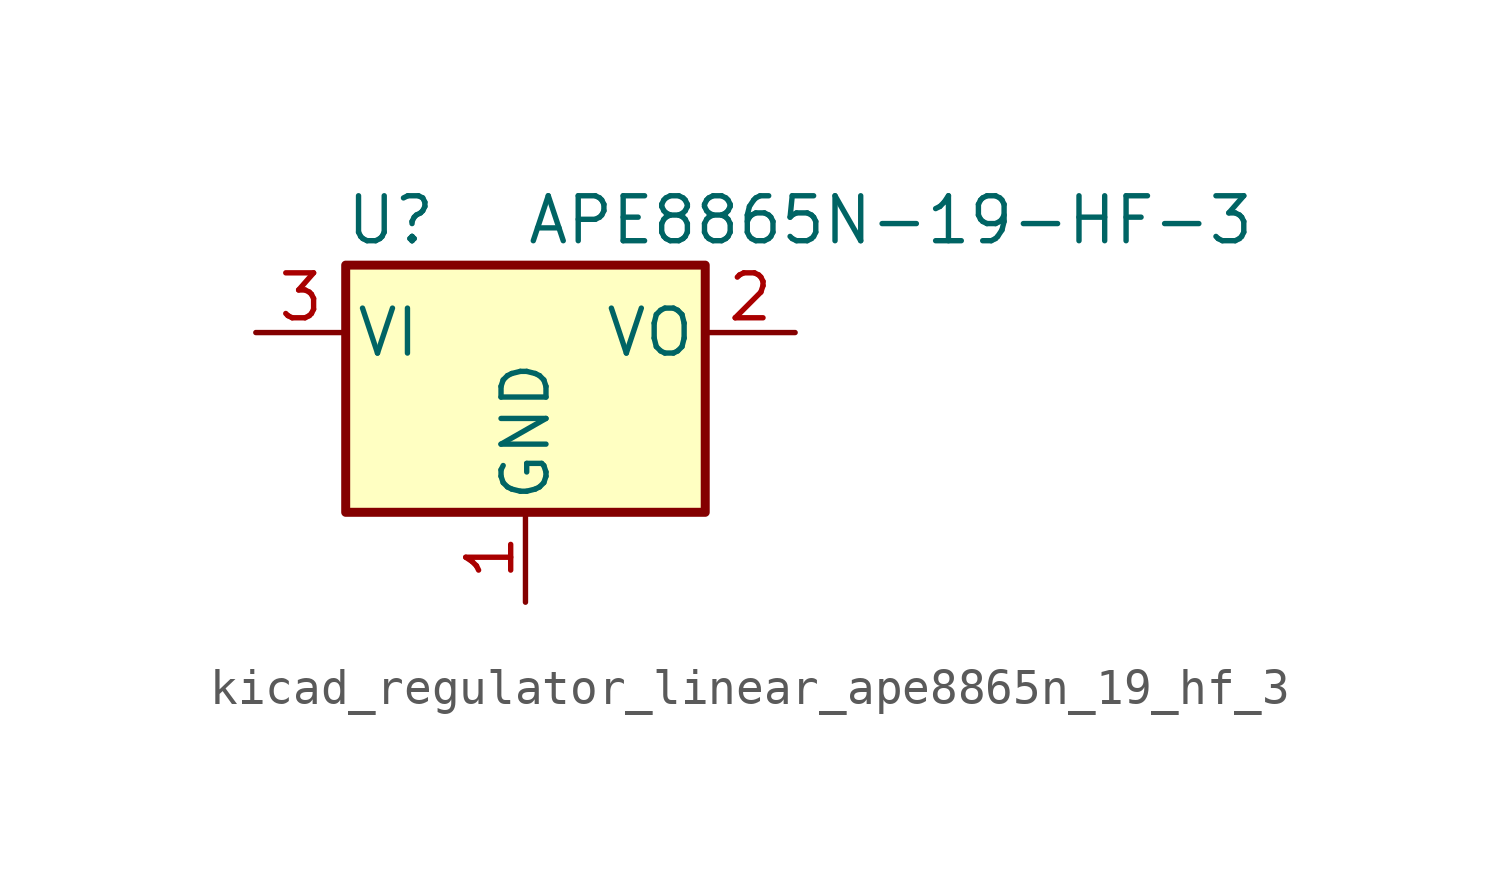
<source format=kicad_sym>
(kicad_symbol_lib
  (version 20220914)
  (generator kicad_symbol_editor)
  (symbol "kicad_regulator_linear_ape8865n_19_hf_3"
    (pin_names
      (offset 0.254))
    (property "Reference" "U"
      (at -3.81 3.175 0)
      (effects (font (size 1.27 1.27))))
    (property "Value" "APE8865N-19-HF-3"
      (at 0 3.175 0)
      (effects (font (size 1.27 1.27)) (justify left)))
    (symbol "kicad_regulator_linear_ape8865n_19_hf_3_0_1"
      (rectangle (start -5.08 1.905) (end 5.08 -5.08) (stroke (width 0.254) (type default)) (fill (type background))))
    (symbol "kicad_regulator_linear_ape8865n_19_hf_3_1_1"
      (pin power_in line (at 0 -7.62 90) (length 2.54) (name "GND" (effects (font (size 1.27 1.27)))) (number "1" (effects (font (size 1.27 1.27)))))
      (pin power_out line (at 7.62 0 180) (length 2.54) (name "VO" (effects (font (size 1.27 1.27)))) (number "2" (effects (font (size 1.27 1.27)))))
      (pin power_in line (at -7.62 0 0) (length 2.54) (name "VI" (effects (font (size 1.27 1.27)))) (number "3" (effects (font (size 1.27 1.27))))))))
</source>
